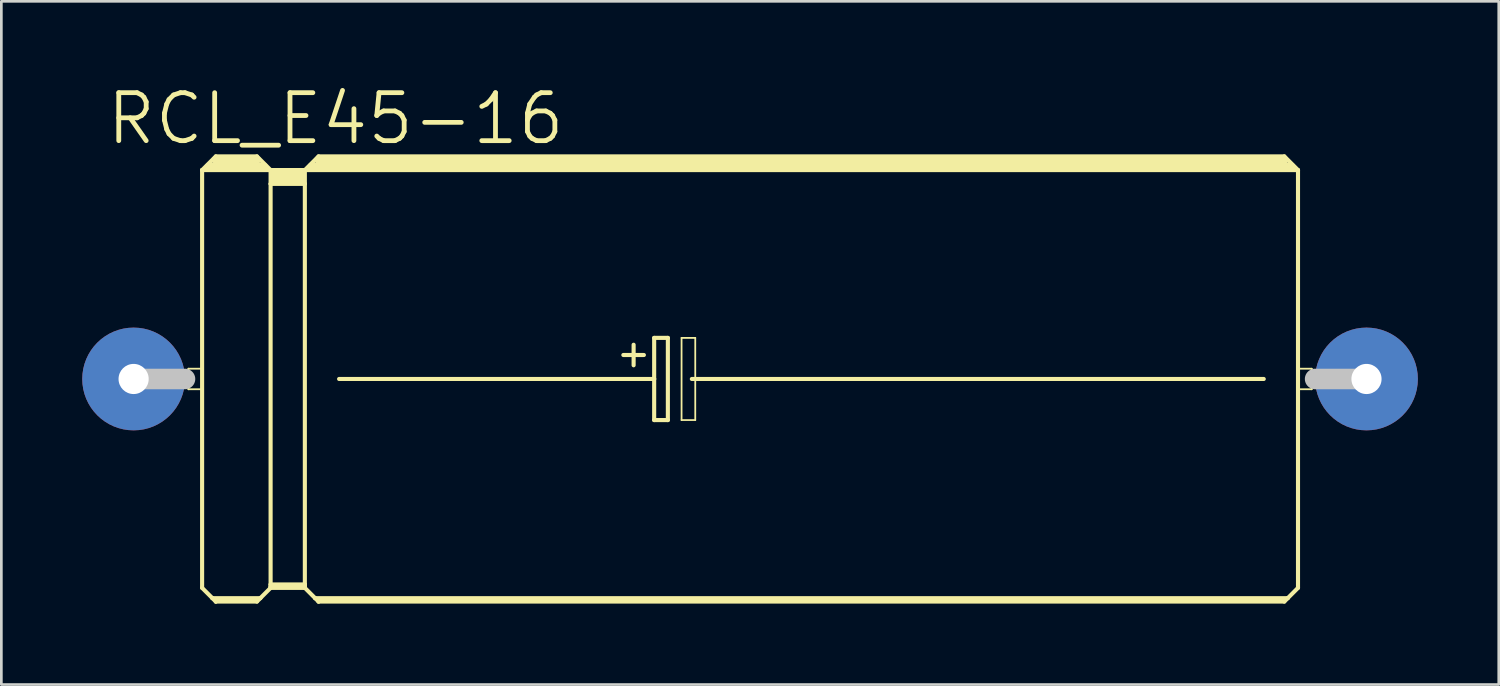
<source format=kicad_pcb>
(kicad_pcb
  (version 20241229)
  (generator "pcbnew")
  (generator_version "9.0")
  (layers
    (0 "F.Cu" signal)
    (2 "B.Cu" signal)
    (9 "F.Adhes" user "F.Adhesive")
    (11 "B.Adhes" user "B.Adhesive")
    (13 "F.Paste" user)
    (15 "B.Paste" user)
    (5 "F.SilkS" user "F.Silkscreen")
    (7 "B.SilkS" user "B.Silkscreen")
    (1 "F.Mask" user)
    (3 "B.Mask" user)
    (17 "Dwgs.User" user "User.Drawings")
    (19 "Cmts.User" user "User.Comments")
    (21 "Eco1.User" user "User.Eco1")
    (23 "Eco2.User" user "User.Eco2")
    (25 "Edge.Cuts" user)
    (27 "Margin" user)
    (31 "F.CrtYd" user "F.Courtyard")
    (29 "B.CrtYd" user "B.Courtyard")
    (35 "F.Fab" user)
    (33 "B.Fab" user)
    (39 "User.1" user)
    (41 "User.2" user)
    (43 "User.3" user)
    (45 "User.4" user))
  (footprint "RCL_E45-16"
    (layer "F.Cu")
    (at 24.765 11.004)
    (property "Reference" "RCL_E45-16" (at -15.367 -9.652 0) (layer "F.SilkS") (effects (font (size 1.778 1.778) (thickness 0.178))))
    (attr exclude_from_pos_files exclude_from_bom)
    (fp_line (start -20.828 -0.381) (end -20.32 -0.381) (stroke (width 0.066) (type solid)) (layer "F.SilkS"))
    (fp_line (start -20.828 0.381) (end -20.828 -0.381) (stroke (width 0.066) (type solid)) (layer "F.SilkS"))
    (fp_line (start -20.828 0.381) (end -20.32 0.381) (stroke (width 0.066) (type solid)) (layer "F.SilkS"))
    (fp_line (start -20.32 -7.747) (end -20.32 7.747) (stroke (width 0.152) (type solid)) (layer "F.SilkS"))
    (fp_line (start -20.32 -7.747) (end -19.812 -8.255) (stroke (width 0.152) (type solid)) (layer "F.SilkS"))
    (fp_line (start -20.32 -7.747) (end -17.78 -7.747) (stroke (width 0.152) (type solid)) (layer "F.SilkS"))
    (fp_line (start -20.32 0.381) (end -20.32 -0.381) (stroke (width 0.066) (type solid)) (layer "F.SilkS"))
    (fp_line (start -20.32 7.747) (end -19.939 8.128) (stroke (width 0.152) (type solid)) (layer "F.SilkS"))
    (fp_line (start -20.066 -7.874) (end -18.034 -7.874) (stroke (width 0.305) (type solid)) (layer "F.SilkS"))
    (fp_line (start -19.939 8.128) (end -19.812 8.255) (stroke (width 0.152) (type solid)) (layer "F.SilkS"))
    (fp_line (start -19.939 8.128) (end -18.161 8.128) (stroke (width 0.152) (type solid)) (layer "F.SilkS"))
    (fp_line (start -19.812 -8.255) (end -18.288 -8.255) (stroke (width 0.152) (type solid)) (layer "F.SilkS"))
    (fp_line (start -19.812 -8.128) (end -18.288 -8.128) (stroke (width 0.305) (type solid)) (layer "F.SilkS"))
    (fp_line (start -19.812 8.204) (end -18.288 8.204) (stroke (width 0.152) (type solid)) (layer "F.SilkS"))
    (fp_line (start -19.812 8.255) (end -19.812 8.204) (stroke (width 0.152) (type solid)) (layer "F.SilkS"))
    (fp_line (start -19.812 8.255) (end -18.288 8.255) (stroke (width 0.152) (type solid)) (layer "F.SilkS"))
    (fp_line (start -18.288 -8.255) (end -17.78 -7.747) (stroke (width 0.152) (type solid)) (layer "F.SilkS"))
    (fp_line (start -18.288 8.255) (end -18.161 8.128) (stroke (width 0.152) (type solid)) (layer "F.SilkS"))
    (fp_line (start -18.161 8.128) (end -17.78 7.747) (stroke (width 0.152) (type solid)) (layer "F.SilkS"))
    (fp_line (start -17.78 -7.747) (end -16.51 -7.747) (stroke (width 0.152) (type solid)) (layer "F.SilkS"))
    (fp_line (start -17.78 -7.236) (end -17.78 -7.747) (stroke (width 0.152) (type solid)) (layer "F.SilkS"))
    (fp_line (start -17.78 -7.236) (end -16.51 -7.236) (stroke (width 0.152) (type solid)) (layer "F.SilkS"))
    (fp_line (start -17.78 7.62) (end -17.78 -7.236) (stroke (width 0.152) (type solid)) (layer "F.SilkS"))
    (fp_line (start -17.78 7.62) (end -16.51 7.62) (stroke (width 0.152) (type solid)) (layer "F.SilkS"))
    (fp_line (start -17.78 7.696) (end -17.78 7.62) (stroke (width 0.152) (type solid)) (layer "F.SilkS"))
    (fp_line (start -17.78 7.696) (end -16.51 7.696) (stroke (width 0.152) (type solid)) (layer "F.SilkS"))
    (fp_line (start -17.78 7.747) (end -17.78 7.696) (stroke (width 0.152) (type solid)) (layer "F.SilkS"))
    (fp_line (start -17.78 7.747) (end -16.51 7.747) (stroke (width 0.152) (type solid)) (layer "F.SilkS"))
    (fp_line (start -17.65 -7.62) (end -16.637 -7.62) (stroke (width 0.305) (type solid)) (layer "F.SilkS"))
    (fp_line (start -17.65 -7.366) (end -16.637 -7.366) (stroke (width 0.305) (type solid)) (layer "F.SilkS"))
    (fp_line (start -16.51 -7.747) (end -16.002 -8.255) (stroke (width 0.152) (type solid)) (layer "F.SilkS"))
    (fp_line (start -16.51 -7.747) (end 20.32 -7.747) (stroke (width 0.152) (type solid)) (layer "F.SilkS"))
    (fp_line (start -16.51 -7.236) (end -16.51 -7.747) (stroke (width 0.152) (type solid)) (layer "F.SilkS"))
    (fp_line (start -16.51 7.62) (end -16.51 -7.236) (stroke (width 0.152) (type solid)) (layer "F.SilkS"))
    (fp_line (start -16.51 7.696) (end -16.51 7.62) (stroke (width 0.152) (type solid)) (layer "F.SilkS"))
    (fp_line (start -16.51 7.747) (end -16.51 7.696) (stroke (width 0.152) (type solid)) (layer "F.SilkS"))
    (fp_line (start -16.51 7.747) (end -16.129 8.128) (stroke (width 0.152) (type solid)) (layer "F.SilkS"))
    (fp_line (start -16.256 -7.874) (end 20.066 -7.874) (stroke (width 0.305) (type solid)) (layer "F.SilkS"))
    (fp_line (start -16.129 8.128) (end -16.002 8.255) (stroke (width 0.152) (type solid)) (layer "F.SilkS"))
    (fp_line (start -16.129 8.128) (end 19.939 8.128) (stroke (width 0.152) (type solid)) (layer "F.SilkS"))
    (fp_line (start -16.002 -8.255) (end 19.812 -8.255) (stroke (width 0.152) (type solid)) (layer "F.SilkS"))
    (fp_line (start -16.002 -8.128) (end 19.812 -8.128) (stroke (width 0.305) (type solid)) (layer "F.SilkS"))
    (fp_line (start -16.002 8.204) (end 19.812 8.204) (stroke (width 0.152) (type solid)) (layer "F.SilkS"))
    (fp_line (start -16.002 8.255) (end -16.002 8.204) (stroke (width 0.152) (type solid)) (layer "F.SilkS"))
    (fp_line (start -16.002 8.255) (end 19.812 8.255) (stroke (width 0.152) (type solid)) (layer "F.SilkS"))
    (fp_line (start -15.24 0) (end -3.556 0) (stroke (width 0.152) (type solid)) (layer "F.SilkS"))
    (fp_line (start -4.699 -0.889) (end -3.937 -0.889) (stroke (width 0.152) (type solid)) (layer "F.SilkS"))
    (fp_line (start -4.318 -1.27) (end -4.318 -0.508) (stroke (width 0.152) (type solid)) (layer "F.SilkS"))
    (fp_line (start -3.556 -1.524) (end -3.556 0) (stroke (width 0.152) (type solid)) (layer "F.SilkS"))
    (fp_line (start -3.556 0) (end -3.556 1.524) (stroke (width 0.152) (type solid)) (layer "F.SilkS"))
    (fp_line (start -3.556 1.524) (end -3.048 1.524) (stroke (width 0.152) (type solid)) (layer "F.SilkS"))
    (fp_line (start -3.048 -1.524) (end -3.556 -1.524) (stroke (width 0.152) (type solid)) (layer "F.SilkS"))
    (fp_line (start -3.048 1.524) (end -3.048 -1.524) (stroke (width 0.152) (type solid)) (layer "F.SilkS"))
    (fp_line (start -2.54 -1.524) (end -2.032 -1.524) (stroke (width 0.066) (type solid)) (layer "F.SilkS"))
    (fp_line (start -2.54 1.524) (end -2.54 -1.524) (stroke (width 0.066) (type solid)) (layer "F.SilkS"))
    (fp_line (start -2.54 1.524) (end -2.032 1.524) (stroke (width 0.066) (type solid)) (layer "F.SilkS"))
    (fp_line (start -2.159 0) (end 19.05 0) (stroke (width 0.152) (type solid)) (layer "F.SilkS"))
    (fp_line (start -2.032 1.524) (end -2.032 -1.524) (stroke (width 0.066) (type solid)) (layer "F.SilkS"))
    (fp_line (start 19.812 -8.255) (end 20.32 -7.747) (stroke (width 0.152) (type solid)) (layer "F.SilkS"))
    (fp_line (start 19.812 8.255) (end 19.939 8.128) (stroke (width 0.152) (type solid)) (layer "F.SilkS"))
    (fp_line (start 19.939 8.128) (end 20.32 7.747) (stroke (width 0.152) (type solid)) (layer "F.SilkS"))
    (fp_line (start 20.32 -7.747) (end 20.32 7.747) (stroke (width 0.152) (type solid)) (layer "F.SilkS"))
    (fp_line (start 20.32 -0.381) (end 20.828 -0.381) (stroke (width 0.066) (type solid)) (layer "F.SilkS"))
    (fp_line (start 20.32 0.381) (end 20.32 -0.381) (stroke (width 0.066) (type solid)) (layer "F.SilkS"))
    (fp_line (start 20.32 0.381) (end 20.828 0.381) (stroke (width 0.066) (type solid)) (layer "F.SilkS"))
    (fp_line (start 20.828 0.381) (end 20.828 -0.381) (stroke (width 0.066) (type solid)) (layer "F.SilkS"))
    (fp_line (start -22.86 0) (end -20.955 0) (stroke (width 0.762) (type solid)) (layer "Dwgs.User"))
    (fp_line (start 22.86 0) (end 20.955 0) (stroke (width 0.762) (type solid)) (layer "Dwgs.User"))
    (pad "+" thru_hole circle (at -22.86 0) (size 3.81 3.81) (drill 1.118) (layers "*.Cu" "*.Paste" "*.Mask"))
    (pad "-" thru_hole circle (at 22.86 0) (size 3.81 3.81) (drill 1.118) (layers "*.Cu" "*.Paste" "*.Mask")))
  (gr_rect
    (start -3 -3)
    (end 52.53 22.335)
    (stroke (width 0.1) (type default))
    (fill no)
    (layer "Edge.Cuts")))
</source>
